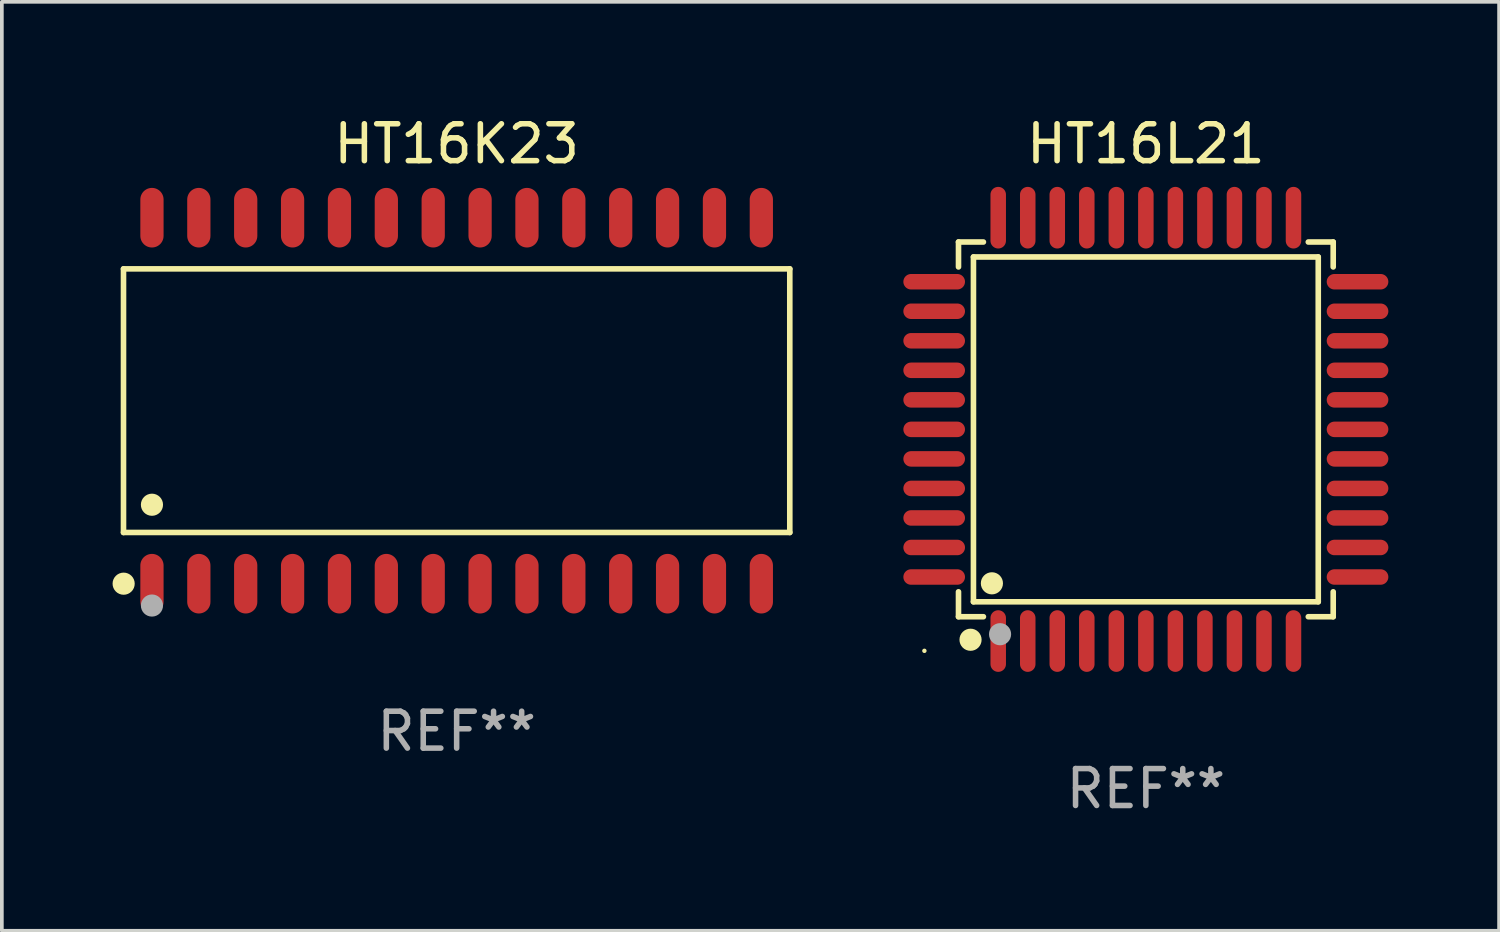
<source format=kicad_pcb>
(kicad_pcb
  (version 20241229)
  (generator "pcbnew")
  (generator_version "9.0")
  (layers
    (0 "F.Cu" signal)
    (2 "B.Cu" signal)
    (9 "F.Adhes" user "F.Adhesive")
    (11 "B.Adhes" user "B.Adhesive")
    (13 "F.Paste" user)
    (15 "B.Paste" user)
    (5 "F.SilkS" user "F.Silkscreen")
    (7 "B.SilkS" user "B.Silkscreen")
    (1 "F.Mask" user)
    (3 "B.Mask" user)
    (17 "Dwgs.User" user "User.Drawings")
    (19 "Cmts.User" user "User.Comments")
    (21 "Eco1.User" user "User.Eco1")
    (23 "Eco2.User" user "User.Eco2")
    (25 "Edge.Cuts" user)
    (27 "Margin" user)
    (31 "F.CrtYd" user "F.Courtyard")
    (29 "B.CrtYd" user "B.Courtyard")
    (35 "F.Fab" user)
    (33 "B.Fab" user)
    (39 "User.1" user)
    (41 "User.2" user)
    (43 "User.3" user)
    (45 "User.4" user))
  (footprint "HT16L21"
    (layer "F.Cu")
    (at 27.995 8.583)
    (property "Reference" "HT16L21" (at 0 -7.735 0) (layer "F.SilkS") (effects (font (size 1 1) (thickness 0.15))))
    (attr through_hole)
    (fp_line (start -5.076 -5.076) (end -4.401 -5.076) (stroke (width 0.152) (type solid)) (layer "F.SilkS"))
    (fp_line (start -5.076 -4.401) (end -5.076 -5.076) (stroke (width 0.152) (type solid)) (layer "F.SilkS"))
    (fp_line (start -5.076 4.401) (end -5.076 5.076) (stroke (width 0.152) (type solid)) (layer "F.SilkS"))
    (fp_line (start -5.076 5.076) (end -4.401 5.076) (stroke (width 0.152) (type solid)) (layer "F.SilkS"))
    (fp_line (start -4.671 -4.671) (end 4.671 -4.671) (stroke (width 0.152) (type solid)) (layer "F.SilkS"))
    (fp_line (start -4.671 4.671) (end -4.671 -4.671) (stroke (width 0.152) (type solid)) (layer "F.SilkS"))
    (fp_line (start 4.671 -4.671) (end 4.671 4.671) (stroke (width 0.152) (type solid)) (layer "F.SilkS"))
    (fp_line (start 4.671 4.671) (end -4.671 4.671) (stroke (width 0.152) (type solid)) (layer "F.SilkS"))
    (fp_line (start 5.076 -5.076) (end 4.401 -5.076) (stroke (width 0.152) (type solid)) (layer "F.SilkS"))
    (fp_line (start 5.076 -4.401) (end 5.076 -5.076) (stroke (width 0.152) (type solid)) (layer "F.SilkS"))
    (fp_line (start 5.076 4.401) (end 5.076 5.076) (stroke (width 0.152) (type solid)) (layer "F.SilkS"))
    (fp_line (start 5.076 5.076) (end 4.401 5.076) (stroke (width 0.152) (type solid)) (layer "F.SilkS"))
    (fp_circle (center -6 6) (end -5.97 6) (stroke (width 0.06) (type solid)) (fill no) (layer "F.SilkS"))
    (fp_circle (center -4.75 5.7) (end -4.6 5.7) (stroke (width 0.3) (type solid)) (fill no) (layer "F.SilkS"))
    (fp_circle (center -4.171 4.171) (end -4.021 4.171) (stroke (width 0.3) (type solid)) (fill no) (layer "F.SilkS"))
    (fp_circle (center -3.95 5.55) (end -3.8 5.55) (stroke (width 0.3) (type solid)) (fill no) (layer "F.Fab"))
    (fp_text user "REF**" (at 0 9.735 0) (layer "F.Fab") (effects (font (size 1 1) (thickness 0.15))))
    (pad "1" smd oval (at -4 5.735) (size 0.42 1.67) (layers "F.Cu" "F.Mask" "F.Paste"))
    (pad "2" smd oval (at -3.2 5.735) (size 0.42 1.67) (layers "F.Cu" "F.Mask" "F.Paste"))
    (pad "3" smd oval (at -2.4 5.735) (size 0.42 1.67) (layers "F.Cu" "F.Mask" "F.Paste"))
    (pad "4" smd oval (at -1.6 5.735) (size 0.42 1.67) (layers "F.Cu" "F.Mask" "F.Paste"))
    (pad "5" smd oval (at -0.8 5.735) (size 0.42 1.67) (layers "F.Cu" "F.Mask" "F.Paste"))
    (pad "6" smd oval (at 0 5.735) (size 0.42 1.67) (layers "F.Cu" "F.Mask" "F.Paste"))
    (pad "7" smd oval (at 0.8 5.735) (size 0.42 1.67) (layers "F.Cu" "F.Mask" "F.Paste"))
    (pad "8" smd oval (at 1.6 5.735) (size 0.42 1.67) (layers "F.Cu" "F.Mask" "F.Paste"))
    (pad "9" smd oval (at 2.4 5.735) (size 0.42 1.67) (layers "F.Cu" "F.Mask" "F.Paste"))
    (pad "10" smd oval (at 3.2 5.735) (size 0.42 1.67) (layers "F.Cu" "F.Mask" "F.Paste"))
    (pad "11" smd oval (at 4 5.735) (size 0.42 1.67) (layers "F.Cu" "F.Mask" "F.Paste"))
    (pad "12" smd oval (at 5.735 4) (size 1.67 0.42) (layers "F.Cu" "F.Mask" "F.Paste"))
    (pad "13" smd oval (at 5.735 3.2) (size 1.67 0.42) (layers "F.Cu" "F.Mask" "F.Paste"))
    (pad "14" smd oval (at 5.735 2.4) (size 1.67 0.42) (layers "F.Cu" "F.Mask" "F.Paste"))
    (pad "15" smd oval (at 5.735 1.6) (size 1.67 0.42) (layers "F.Cu" "F.Mask" "F.Paste"))
    (pad "16" smd oval (at 5.735 0.8) (size 1.67 0.42) (layers "F.Cu" "F.Mask" "F.Paste"))
    (pad "17" smd oval (at 5.735 0) (size 1.67 0.42) (layers "F.Cu" "F.Mask" "F.Paste"))
    (pad "18" smd oval (at 5.735 -0.8) (size 1.67 0.42) (layers "F.Cu" "F.Mask" "F.Paste"))
    (pad "19" smd oval (at 5.735 -1.6) (size 1.67 0.42) (layers "F.Cu" "F.Mask" "F.Paste"))
    (pad "20" smd oval (at 5.735 -2.4) (size 1.67 0.42) (layers "F.Cu" "F.Mask" "F.Paste"))
    (pad "21" smd oval (at 5.735 -3.2) (size 1.67 0.42) (layers "F.Cu" "F.Mask" "F.Paste"))
    (pad "22" smd oval (at 5.735 -4) (size 1.67 0.42) (layers "F.Cu" "F.Mask" "F.Paste"))
    (pad "23" smd oval (at 4 -5.735) (size 0.42 1.67) (layers "F.Cu" "F.Mask" "F.Paste"))
    (pad "24" smd oval (at 3.2 -5.735) (size 0.42 1.67) (layers "F.Cu" "F.Mask" "F.Paste"))
    (pad "25" smd oval (at 2.4 -5.735) (size 0.42 1.67) (layers "F.Cu" "F.Mask" "F.Paste"))
    (pad "26" smd oval (at 1.6 -5.735) (size 0.42 1.67) (layers "F.Cu" "F.Mask" "F.Paste"))
    (pad "27" smd oval (at 0.8 -5.735) (size 0.42 1.67) (layers "F.Cu" "F.Mask" "F.Paste"))
    (pad "28" smd oval (at 0 -5.735) (size 0.42 1.67) (layers "F.Cu" "F.Mask" "F.Paste"))
    (pad "29" smd oval (at -0.8 -5.735) (size 0.42 1.67) (layers "F.Cu" "F.Mask" "F.Paste"))
    (pad "30" smd oval (at -1.6 -5.735) (size 0.42 1.67) (layers "F.Cu" "F.Mask" "F.Paste"))
    (pad "31" smd oval (at -2.4 -5.735) (size 0.42 1.67) (layers "F.Cu" "F.Mask" "F.Paste"))
    (pad "32" smd oval (at -3.2 -5.735) (size 0.42 1.67) (layers "F.Cu" "F.Mask" "F.Paste"))
    (pad "33" smd oval (at -4 -5.735) (size 0.42 1.67) (layers "F.Cu" "F.Mask" "F.Paste"))
    (pad "34" smd oval (at -5.735 -4) (size 1.67 0.42) (layers "F.Cu" "F.Mask" "F.Paste"))
    (pad "35" smd oval (at -5.735 -3.2) (size 1.67 0.42) (layers "F.Cu" "F.Mask" "F.Paste"))
    (pad "36" smd oval (at -5.735 -2.4) (size 1.67 0.42) (layers "F.Cu" "F.Mask" "F.Paste"))
    (pad "37" smd oval (at -5.735 -1.6) (size 1.67 0.42) (layers "F.Cu" "F.Mask" "F.Paste"))
    (pad "38" smd oval (at -5.735 -0.8) (size 1.67 0.42) (layers "F.Cu" "F.Mask" "F.Paste"))
    (pad "39" smd oval (at -5.735 0) (size 1.67 0.42) (layers "F.Cu" "F.Mask" "F.Paste"))
    (pad "40" smd oval (at -5.735 0.8) (size 1.67 0.42) (layers "F.Cu" "F.Mask" "F.Paste"))
    (pad "41" smd oval (at -5.735 1.6) (size 1.67 0.42) (layers "F.Cu" "F.Mask" "F.Paste"))
    (pad "42" smd oval (at -5.735 2.4) (size 1.67 0.42) (layers "F.Cu" "F.Mask" "F.Paste"))
    (pad "43" smd oval (at -5.735 3.2) (size 1.67 0.42) (layers "F.Cu" "F.Mask" "F.Paste"))
    (pad "44" smd oval (at -5.735 4) (size 1.67 0.42) (layers "F.Cu" "F.Mask" "F.Paste")))
  (footprint "HT16K23"
    (layer "F.Cu")
    (at 9.322 7.806)
    (property "Reference" "HT16K23" (at 0 -6.958 0) (layer "F.SilkS") (effects (font (size 1 1) (thickness 0.15))))
    (attr through_hole)
    (fp_line (start -9.026 -3.571) (end 9.026 -3.571) (stroke (width 0.152) (type solid)) (layer "F.SilkS"))
    (fp_line (start -9.026 3.571) (end -9.026 -3.571) (stroke (width 0.152) (type solid)) (layer "F.SilkS"))
    (fp_line (start 9.026 -3.571) (end 9.026 3.571) (stroke (width 0.152) (type solid)) (layer "F.SilkS"))
    (fp_line (start 9.026 3.571) (end -9.026 3.571) (stroke (width 0.152) (type solid)) (layer "F.SilkS"))
    (fp_circle (center -9.022 4.958) (end -8.872 4.958) (stroke (width 0.3) (type solid)) (fill no) (layer "F.SilkS"))
    (fp_circle (center -8.95 5.15) (end -8.92 5.15) (stroke (width 0.06) (type solid)) (fill no) (layer "F.SilkS"))
    (fp_circle (center -8.255 2.819) (end -8.105 2.819) (stroke (width 0.3) (type solid)) (fill no) (layer "F.SilkS"))
    (fp_circle (center -8.255 5.55) (end -8.105 5.55) (stroke (width 0.3) (type solid)) (fill no) (layer "F.Fab"))
    (fp_text user "REF**" (at 0 8.958 0) (layer "F.Fab") (effects (font (size 1 1) (thickness 0.15))))
    (pad "1" smd oval (at -8.255 4.958) (size 0.63 1.615) (layers "F.Cu" "F.Mask" "F.Paste"))
    (pad "2" smd oval (at -6.985 4.958) (size 0.63 1.615) (layers "F.Cu" "F.Mask" "F.Paste"))
    (pad "3" smd oval (at -5.715 4.958) (size 0.63 1.615) (layers "F.Cu" "F.Mask" "F.Paste"))
    (pad "4" smd oval (at -4.445 4.958) (size 0.63 1.615) (layers "F.Cu" "F.Mask" "F.Paste"))
    (pad "5" smd oval (at -3.175 4.958) (size 0.63 1.615) (layers "F.Cu" "F.Mask" "F.Paste"))
    (pad "6" smd oval (at -1.905 4.958) (size 0.63 1.615) (layers "F.Cu" "F.Mask" "F.Paste"))
    (pad "7" smd oval (at -0.635 4.958) (size 0.63 1.615) (layers "F.Cu" "F.Mask" "F.Paste"))
    (pad "8" smd oval (at 0.635 4.958) (size 0.63 1.615) (layers "F.Cu" "F.Mask" "F.Paste"))
    (pad "9" smd oval (at 1.905 4.958) (size 0.63 1.615) (layers "F.Cu" "F.Mask" "F.Paste"))
    (pad "10" smd oval (at 3.175 4.958) (size 0.63 1.615) (layers "F.Cu" "F.Mask" "F.Paste"))
    (pad "11" smd oval (at 4.445 4.958) (size 0.63 1.615) (layers "F.Cu" "F.Mask" "F.Paste"))
    (pad "12" smd oval (at 5.715 4.958) (size 0.63 1.615) (layers "F.Cu" "F.Mask" "F.Paste"))
    (pad "13" smd oval (at 6.985 4.958) (size 0.63 1.615) (layers "F.Cu" "F.Mask" "F.Paste"))
    (pad "14" smd oval (at 8.255 4.958) (size 0.63 1.615) (layers "F.Cu" "F.Mask" "F.Paste"))
    (pad "15" smd oval (at 8.255 -4.958) (size 0.63 1.615) (layers "F.Cu" "F.Mask" "F.Paste"))
    (pad "16" smd oval (at 6.985 -4.958) (size 0.63 1.615) (layers "F.Cu" "F.Mask" "F.Paste"))
    (pad "17" smd oval (at 5.715 -4.958) (size 0.63 1.615) (layers "F.Cu" "F.Mask" "F.Paste"))
    (pad "18" smd oval (at 4.445 -4.958) (size 0.63 1.615) (layers "F.Cu" "F.Mask" "F.Paste"))
    (pad "19" smd oval (at 3.175 -4.958) (size 0.63 1.615) (layers "F.Cu" "F.Mask" "F.Paste"))
    (pad "20" smd oval (at 1.905 -4.958) (size 0.63 1.615) (layers "F.Cu" "F.Mask" "F.Paste"))
    (pad "21" smd oval (at 0.635 -4.958) (size 0.63 1.615) (layers "F.Cu" "F.Mask" "F.Paste"))
    (pad "22" smd oval (at -0.635 -4.958) (size 0.63 1.615) (layers "F.Cu" "F.Mask" "F.Paste"))
    (pad "23" smd oval (at -1.905 -4.958) (size 0.63 1.615) (layers "F.Cu" "F.Mask" "F.Paste"))
    (pad "24" smd oval (at -3.175 -4.958) (size 0.63 1.615) (layers "F.Cu" "F.Mask" "F.Paste"))
    (pad "25" smd oval (at -4.445 -4.958) (size 0.63 1.615) (layers "F.Cu" "F.Mask" "F.Paste"))
    (pad "26" smd oval (at -5.715 -4.958) (size 0.63 1.615) (layers "F.Cu" "F.Mask" "F.Paste"))
    (pad "27" smd oval (at -6.985 -4.958) (size 0.63 1.615) (layers "F.Cu" "F.Mask" "F.Paste"))
    (pad "28" smd oval (at -8.255 -4.958) (size 0.63 1.615) (layers "F.Cu" "F.Mask" "F.Paste")))
  (gr_rect
    (start -3 -3)
    (end 37.565 22.167)
    (stroke (width 0.1) (type default))
    (fill no)
    (layer "Edge.Cuts")))
</source>
